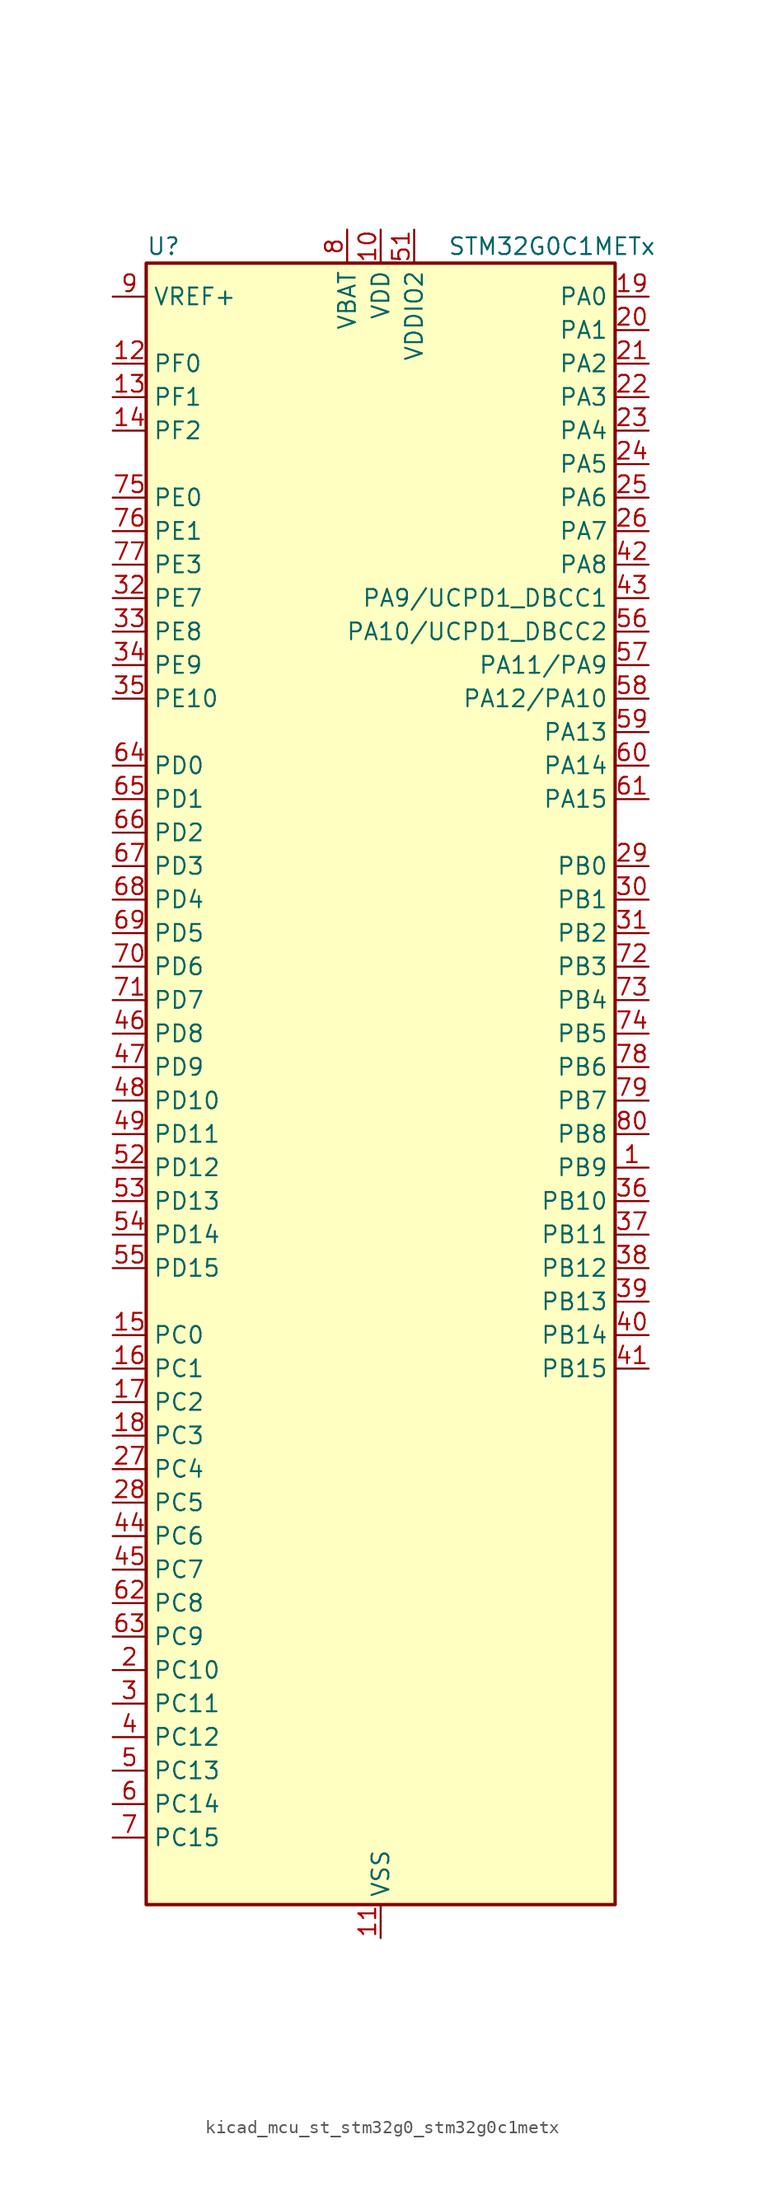
<source format=kicad_sym>
(kicad_symbol_lib
  (version 20220914)
  (generator kicad_symbol_editor)
  (symbol "kicad_mcu_st_stm32g0_stm32g0c1metx"
    (property "Reference" "U"
      (at -17.78 64.77 0)
      (effects (font (size 1.27 1.27)) (justify left)))
    (property "Value" "STM32G0C1METx"
      (at 5.08 64.77 0)
      (effects (font (size 1.27 1.27)) (justify left)))
    (property "ki_locked" ""
      (at 0 0 0)
      (effects (font (size 1.27 1.27))))
    (symbol "kicad_mcu_st_stm32g0_stm32g0c1metx_0_1"
      (rectangle (start -17.78 -60.96) (end 17.78 63.5) (stroke (width 0.254) (type default)) (fill (type background))))
    (symbol "kicad_mcu_st_stm32g0_stm32g0c1metx_1_1"
      (pin bidirectional line (at 20.32 -5.08 180) (length 2.54) (name "PB9" (effects (font (size 1.27 1.27)))) (number "1" (effects (font (size 1.27 1.27)))) (alternate "DAC1_EXTI9" bidirectional line) (alternate "FDCAN1_TX" bidirectional line) (alternate "I2C1_SDA" bidirectional line) (alternate "I2S2_WS" bidirectional line) (alternate "IR_OUT" bidirectional line) (alternate "SPI2_NSS" bidirectional line) (alternate "TIM17_CH1" bidirectional line) (alternate "TIM4_CH4" bidirectional line) (alternate "UCPD2_FRSTX1" bidirectional line) (alternate "UCPD2_FRSTX2" bidirectional line) (alternate "USART3_RX" bidirectional line) (alternate "USART6_RX" bidirectional line))
      (pin power_in line (at 0 66.04 270) (length 2.54) (name "VDD" (effects (font (size 1.27 1.27)))) (number "10" (effects (font (size 1.27 1.27)))))
      (pin power_in line (at 0 -63.5 90) (length 2.54) (name "VSS" (effects (font (size 1.27 1.27)))) (number "11" (effects (font (size 1.27 1.27)))))
      (pin bidirectional line (at -20.32 55.88 0) (length 2.54) (name "PF0" (effects (font (size 1.27 1.27)))) (number "12" (effects (font (size 1.27 1.27)))) (alternate "CRS1_SYNC" bidirectional line) (alternate "RCC_OSC_IN" bidirectional line) (alternate "TIM14_CH1" bidirectional line))
      (pin bidirectional line (at -20.32 53.34 0) (length 2.54) (name "PF1" (effects (font (size 1.27 1.27)))) (number "13" (effects (font (size 1.27 1.27)))) (alternate "RCC_OSC_EN" bidirectional line) (alternate "RCC_OSC_OUT" bidirectional line) (alternate "TIM15_CH1N" bidirectional line))
      (pin bidirectional line (at -20.32 50.8 0) (length 2.54) (name "PF2" (effects (font (size 1.27 1.27)))) (number "14" (effects (font (size 1.27 1.27)))) (alternate "LPUART2_DE" bidirectional line) (alternate "LPUART2_RTS" bidirectional line) (alternate "LPUART2_TX" bidirectional line) (alternate "RCC_MCO" bidirectional line))
      (pin bidirectional line (at -20.32 -17.78 0) (length 2.54) (name "PC0" (effects (font (size 1.27 1.27)))) (number "15" (effects (font (size 1.27 1.27)))) (alternate "COMP3_INM" bidirectional line) (alternate "COMP3_OUT" bidirectional line) (alternate "I2C3_SCL" bidirectional line) (alternate "LPTIM1_IN1" bidirectional line) (alternate "LPTIM2_IN1" bidirectional line) (alternate "LPUART1_RX" bidirectional line) (alternate "LPUART2_TX" bidirectional line) (alternate "USART6_TX" bidirectional line))
      (pin bidirectional line (at -20.32 -20.32 0) (length 2.54) (name "PC1" (effects (font (size 1.27 1.27)))) (number "16" (effects (font (size 1.27 1.27)))) (alternate "COMP3_INP" bidirectional line) (alternate "I2C3_SDA" bidirectional line) (alternate "LPTIM1_OUT" bidirectional line) (alternate "LPUART1_TX" bidirectional line) (alternate "LPUART2_RX" bidirectional line) (alternate "TIM15_CH1" bidirectional line) (alternate "USART6_RX" bidirectional line))
      (pin bidirectional line (at -20.32 -22.86 0) (length 2.54) (name "PC2" (effects (font (size 1.27 1.27)))) (number "17" (effects (font (size 1.27 1.27)))) (alternate "COMP3_OUT" bidirectional line) (alternate "FDCAN2_RX" bidirectional line) (alternate "I2S2_MCK" bidirectional line) (alternate "LPTIM1_IN2" bidirectional line) (alternate "SPI2_MISO" bidirectional line) (alternate "TIM15_CH2" bidirectional line))
      (pin bidirectional line (at -20.32 -25.4 0) (length 2.54) (name "PC3" (effects (font (size 1.27 1.27)))) (number "18" (effects (font (size 1.27 1.27)))) (alternate "FDCAN2_TX" bidirectional line) (alternate "I2S2_SD" bidirectional line) (alternate "LPTIM1_ETR" bidirectional line) (alternate "LPTIM2_ETR" bidirectional line) (alternate "SPI2_MOSI" bidirectional line))
      (pin bidirectional line (at 20.32 60.96 180) (length 2.54) (name "PA0" (effects (font (size 1.27 1.27)))) (number "19" (effects (font (size 1.27 1.27)))) (alternate "ADC1_IN0" bidirectional line) (alternate "COMP1_INM" bidirectional line) (alternate "COMP1_OUT" bidirectional line) (alternate "I2S2_CK" bidirectional line) (alternate "LPTIM1_OUT" bidirectional line) (alternate "RTC_TAMP_IN2" bidirectional line) (alternate "SPI2_SCK" bidirectional line) (alternate "SYS_WKUP1" bidirectional line) (alternate "TIM2_CH1" bidirectional line) (alternate "TIM2_ETR" bidirectional line) (alternate "UCPD2_FRSTX1" bidirectional line) (alternate "UCPD2_FRSTX2" bidirectional line) (alternate "USART2_CTS" bidirectional line) (alternate "USART2_NSS" bidirectional line) (alternate "USART4_TX" bidirectional line))
      (pin bidirectional line (at -20.32 -43.18 0) (length 2.54) (name "PC10" (effects (font (size 1.27 1.27)))) (number "2" (effects (font (size 1.27 1.27)))) (alternate "SPI3_SCK" bidirectional line) (alternate "TIM1_CH3" bidirectional line) (alternate "USART3_TX" bidirectional line) (alternate "USART4_TX" bidirectional line))
      (pin bidirectional line (at 20.32 58.42 180) (length 2.54) (name "PA1" (effects (font (size 1.27 1.27)))) (number "20" (effects (font (size 1.27 1.27)))) (alternate "ADC1_IN1" bidirectional line) (alternate "COMP1_INP" bidirectional line) (alternate "I2C1_SMBA" bidirectional line) (alternate "I2S1_CK" bidirectional line) (alternate "SPI1_SCK" bidirectional line) (alternate "TIM15_CH1N" bidirectional line) (alternate "TIM2_CH2" bidirectional line) (alternate "USART2_CK" bidirectional line) (alternate "USART2_DE" bidirectional line) (alternate "USART2_RTS" bidirectional line) (alternate "USART4_RX" bidirectional line))
      (pin bidirectional line (at 20.32 55.88 180) (length 2.54) (name "PA2" (effects (font (size 1.27 1.27)))) (number "21" (effects (font (size 1.27 1.27)))) (alternate "ADC1_IN2" bidirectional line) (alternate "COMP2_INM" bidirectional line) (alternate "COMP2_OUT" bidirectional line) (alternate "I2S1_SD" bidirectional line) (alternate "LPUART1_TX" bidirectional line) (alternate "RCC_LSCO" bidirectional line) (alternate "SPI1_MOSI" bidirectional line) (alternate "SYS_WKUP4" bidirectional line) (alternate "TIM15_CH1" bidirectional line) (alternate "TIM2_CH3" bidirectional line) (alternate "UCPD1_FRSTX1" bidirectional line) (alternate "UCPD1_FRSTX2" bidirectional line) (alternate "USART2_TX" bidirectional line))
      (pin bidirectional line (at 20.32 53.34 180) (length 2.54) (name "PA3" (effects (font (size 1.27 1.27)))) (number "22" (effects (font (size 1.27 1.27)))) (alternate "ADC1_IN3" bidirectional line) (alternate "COMP2_INP" bidirectional line) (alternate "I2S2_MCK" bidirectional line) (alternate "LPUART1_RX" bidirectional line) (alternate "SPI2_MISO" bidirectional line) (alternate "TIM15_CH2" bidirectional line) (alternate "TIM2_CH4" bidirectional line) (alternate "UCPD2_FRSTX1" bidirectional line) (alternate "UCPD2_FRSTX2" bidirectional line) (alternate "USART2_RX" bidirectional line))
      (pin bidirectional line (at 20.32 50.8 180) (length 2.54) (name "PA4" (effects (font (size 1.27 1.27)))) (number "23" (effects (font (size 1.27 1.27)))) (alternate "ADC1_IN4" bidirectional line) (alternate "DAC1_OUT1" bidirectional line) (alternate "I2S1_WS" bidirectional line) (alternate "I2S2_SD" bidirectional line) (alternate "LPTIM2_OUT" bidirectional line) (alternate "RTC_OUT2" bidirectional line) (alternate "SPI1_NSS" bidirectional line) (alternate "SPI2_MOSI" bidirectional line) (alternate "SPI3_NSS" bidirectional line) (alternate "TIM14_CH1" bidirectional line) (alternate "UCPD2_FRSTX1" bidirectional line) (alternate "UCPD2_FRSTX2" bidirectional line) (alternate "USART6_TX" bidirectional line) (alternate "USB_NOE" bidirectional line))
      (pin bidirectional line (at 20.32 48.26 180) (length 2.54) (name "PA5" (effects (font (size 1.27 1.27)))) (number "24" (effects (font (size 1.27 1.27)))) (alternate "ADC1_IN5" bidirectional line) (alternate "CEC" bidirectional line) (alternate "DAC1_OUT2" bidirectional line) (alternate "I2S1_CK" bidirectional line) (alternate "LPTIM2_ETR" bidirectional line) (alternate "SPI1_SCK" bidirectional line) (alternate "TIM2_CH1" bidirectional line) (alternate "TIM2_ETR" bidirectional line) (alternate "UCPD1_FRSTX1" bidirectional line) (alternate "UCPD1_FRSTX2" bidirectional line) (alternate "USART3_TX" bidirectional line) (alternate "USART6_RX" bidirectional line))
      (pin bidirectional line (at 20.32 45.72 180) (length 2.54) (name "PA6" (effects (font (size 1.27 1.27)))) (number "25" (effects (font (size 1.27 1.27)))) (alternate "ADC1_IN6" bidirectional line) (alternate "COMP1_OUT" bidirectional line) (alternate "I2C2_SDA" bidirectional line) (alternate "I2C3_SDA" bidirectional line) (alternate "I2S1_MCK" bidirectional line) (alternate "LPUART1_CTS" bidirectional line) (alternate "SPI1_MISO" bidirectional line) (alternate "TIM16_CH1" bidirectional line) (alternate "TIM1_BK" bidirectional line) (alternate "TIM3_CH1" bidirectional line) (alternate "USART3_CTS" bidirectional line) (alternate "USART3_NSS" bidirectional line) (alternate "USART6_CTS" bidirectional line) (alternate "USART6_NSS" bidirectional line))
      (pin bidirectional line (at 20.32 43.18 180) (length 2.54) (name "PA7" (effects (font (size 1.27 1.27)))) (number "26" (effects (font (size 1.27 1.27)))) (alternate "ADC1_IN7" bidirectional line) (alternate "COMP2_OUT" bidirectional line) (alternate "I2C2_SCL" bidirectional line) (alternate "I2C3_SCL" bidirectional line) (alternate "I2S1_SD" bidirectional line) (alternate "SPI1_MOSI" bidirectional line) (alternate "TIM14_CH1" bidirectional line) (alternate "TIM17_CH1" bidirectional line) (alternate "TIM1_CH1N" bidirectional line) (alternate "TIM3_CH2" bidirectional line) (alternate "UCPD1_FRSTX1" bidirectional line) (alternate "UCPD1_FRSTX2" bidirectional line) (alternate "USART6_CK" bidirectional line) (alternate "USART6_DE" bidirectional line) (alternate "USART6_RTS" bidirectional line))
      (pin bidirectional line (at -20.32 -27.94 0) (length 2.54) (name "PC4" (effects (font (size 1.27 1.27)))) (number "27" (effects (font (size 1.27 1.27)))) (alternate "ADC1_IN17" bidirectional line) (alternate "COMP1_INM" bidirectional line) (alternate "FDCAN1_RX" bidirectional line) (alternate "TIM2_CH1" bidirectional line) (alternate "TIM2_ETR" bidirectional line) (alternate "USART1_TX" bidirectional line) (alternate "USART3_TX" bidirectional line))
      (pin bidirectional line (at -20.32 -30.48 0) (length 2.54) (name "PC5" (effects (font (size 1.27 1.27)))) (number "28" (effects (font (size 1.27 1.27)))) (alternate "ADC1_IN18" bidirectional line) (alternate "COMP1_INP" bidirectional line) (alternate "FDCAN1_TX" bidirectional line) (alternate "SYS_WKUP5" bidirectional line) (alternate "TIM2_CH2" bidirectional line) (alternate "USART1_RX" bidirectional line) (alternate "USART3_RX" bidirectional line))
      (pin bidirectional line (at 20.32 17.78 180) (length 2.54) (name "PB0" (effects (font (size 1.27 1.27)))) (number "29" (effects (font (size 1.27 1.27)))) (alternate "ADC1_IN8" bidirectional line) (alternate "COMP1_OUT" bidirectional line) (alternate "COMP3_INP" bidirectional line) (alternate "FDCAN2_RX" bidirectional line) (alternate "I2S1_WS" bidirectional line) (alternate "LPTIM1_OUT" bidirectional line) (alternate "LPUART2_CTS" bidirectional line) (alternate "SPI1_NSS" bidirectional line) (alternate "TIM1_CH2N" bidirectional line) (alternate "TIM3_CH3" bidirectional line) (alternate "UCPD1_FRSTX1" bidirectional line) (alternate "UCPD1_FRSTX2" bidirectional line) (alternate "USART3_RX" bidirectional line) (alternate "USART5_TX" bidirectional line))
      (pin bidirectional line (at -20.32 -45.72 0) (length 2.54) (name "PC11" (effects (font (size 1.27 1.27)))) (number "3" (effects (font (size 1.27 1.27)))) (alternate "ADC1_EXTI11" bidirectional line) (alternate "SPI3_MISO" bidirectional line) (alternate "TIM1_CH4" bidirectional line) (alternate "USART3_RX" bidirectional line) (alternate "USART4_RX" bidirectional line))
      (pin bidirectional line (at 20.32 15.24 180) (length 2.54) (name "PB1" (effects (font (size 1.27 1.27)))) (number "30" (effects (font (size 1.27 1.27)))) (alternate "ADC1_IN9" bidirectional line) (alternate "COMP1_INM" bidirectional line) (alternate "COMP3_OUT" bidirectional line) (alternate "FDCAN2_TX" bidirectional line) (alternate "LPTIM2_IN1" bidirectional line) (alternate "LPUART1_DE" bidirectional line) (alternate "LPUART1_RTS" bidirectional line) (alternate "LPUART2_DE" bidirectional line) (alternate "LPUART2_RTS" bidirectional line) (alternate "TIM14_CH1" bidirectional line) (alternate "TIM1_CH3N" bidirectional line) (alternate "TIM3_CH4" bidirectional line) (alternate "USART3_CK" bidirectional line) (alternate "USART3_DE" bidirectional line) (alternate "USART3_RTS" bidirectional line) (alternate "USART5_RX" bidirectional line))
      (pin bidirectional line (at 20.32 12.7 180) (length 2.54) (name "PB2" (effects (font (size 1.27 1.27)))) (number "31" (effects (font (size 1.27 1.27)))) (alternate "ADC1_IN10" bidirectional line) (alternate "COMP1_INP" bidirectional line) (alternate "COMP3_INM" bidirectional line) (alternate "I2S2_MCK" bidirectional line) (alternate "LPTIM1_OUT" bidirectional line) (alternate "RCC_MCO_2" bidirectional line) (alternate "SPI2_MISO" bidirectional line) (alternate "USART3_TX" bidirectional line))
      (pin bidirectional line (at -20.32 38.1 0) (length 2.54) (name "PE7" (effects (font (size 1.27 1.27)))) (number "32" (effects (font (size 1.27 1.27)))) (alternate "COMP3_INP" bidirectional line) (alternate "TIM1_ETR" bidirectional line) (alternate "USART5_CK" bidirectional line) (alternate "USART5_DE" bidirectional line) (alternate "USART5_RTS" bidirectional line))
      (pin bidirectional line (at -20.32 35.56 0) (length 2.54) (name "PE8" (effects (font (size 1.27 1.27)))) (number "33" (effects (font (size 1.27 1.27)))) (alternate "COMP3_INM" bidirectional line) (alternate "TIM1_CH1N" bidirectional line) (alternate "USART4_TX" bidirectional line))
      (pin bidirectional line (at -20.32 33.02 0) (length 2.54) (name "PE9" (effects (font (size 1.27 1.27)))) (number "34" (effects (font (size 1.27 1.27)))) (alternate "DAC1_EXTI9" bidirectional line) (alternate "TIM1_CH1" bidirectional line) (alternate "USART4_RX" bidirectional line))
      (pin bidirectional line (at -20.32 30.48 0) (length 2.54) (name "PE10" (effects (font (size 1.27 1.27)))) (number "35" (effects (font (size 1.27 1.27)))) (alternate "TIM1_CH2N" bidirectional line) (alternate "USART5_TX" bidirectional line))
      (pin bidirectional line (at 20.32 -7.62 180) (length 2.54) (name "PB10" (effects (font (size 1.27 1.27)))) (number "36" (effects (font (size 1.27 1.27)))) (alternate "ADC1_IN11" bidirectional line) (alternate "CEC" bidirectional line) (alternate "COMP1_OUT" bidirectional line) (alternate "I2C2_SCL" bidirectional line) (alternate "I2S2_CK" bidirectional line) (alternate "LPUART1_RX" bidirectional line) (alternate "SPI2_SCK" bidirectional line) (alternate "TIM2_CH3" bidirectional line) (alternate "USART3_TX" bidirectional line))
      (pin bidirectional line (at 20.32 -10.16 180) (length 2.54) (name "PB11" (effects (font (size 1.27 1.27)))) (number "37" (effects (font (size 1.27 1.27)))) (alternate "ADC1_EXTI11" bidirectional line) (alternate "ADC1_IN15" bidirectional line) (alternate "COMP2_OUT" bidirectional line) (alternate "I2C2_SDA" bidirectional line) (alternate "I2S2_SD" bidirectional line) (alternate "LPUART1_TX" bidirectional line) (alternate "SPI2_MOSI" bidirectional line) (alternate "TIM2_CH4" bidirectional line) (alternate "USART3_RX" bidirectional line))
      (pin bidirectional line (at 20.32 -12.7 180) (length 2.54) (name "PB12" (effects (font (size 1.27 1.27)))) (number "38" (effects (font (size 1.27 1.27)))) (alternate "ADC1_IN16" bidirectional line) (alternate "FDCAN2_RX" bidirectional line) (alternate "I2C2_SMBA" bidirectional line) (alternate "I2S2_WS" bidirectional line) (alternate "LPUART1_DE" bidirectional line) (alternate "LPUART1_RTS" bidirectional line) (alternate "SPI2_NSS" bidirectional line) (alternate "TIM15_BK" bidirectional line) (alternate "TIM1_BK" bidirectional line) (alternate "UCPD2_FRSTX1" bidirectional line) (alternate "UCPD2_FRSTX2" bidirectional line))
      (pin bidirectional line (at 20.32 -15.24 180) (length 2.54) (name "PB13" (effects (font (size 1.27 1.27)))) (number "39" (effects (font (size 1.27 1.27)))) (alternate "FDCAN2_TX" bidirectional line) (alternate "I2C2_SCL" bidirectional line) (alternate "I2S2_CK" bidirectional line) (alternate "LPUART1_CTS" bidirectional line) (alternate "SPI2_SCK" bidirectional line) (alternate "TIM15_CH1N" bidirectional line) (alternate "TIM1_CH1N" bidirectional line) (alternate "USART3_CTS" bidirectional line) (alternate "USART3_NSS" bidirectional line))
      (pin bidirectional line (at -20.32 -48.26 0) (length 2.54) (name "PC12" (effects (font (size 1.27 1.27)))) (number "4" (effects (font (size 1.27 1.27)))) (alternate "LPTIM1_IN1" bidirectional line) (alternate "SPI3_MOSI" bidirectional line) (alternate "TIM14_CH1" bidirectional line) (alternate "UCPD1_FRSTX1" bidirectional line) (alternate "UCPD1_FRSTX2" bidirectional line) (alternate "USART5_TX" bidirectional line))
      (pin bidirectional line (at 20.32 -17.78 180) (length 2.54) (name "PB14" (effects (font (size 1.27 1.27)))) (number "40" (effects (font (size 1.27 1.27)))) (alternate "I2C2_SDA" bidirectional line) (alternate "I2S2_MCK" bidirectional line) (alternate "SPI2_MISO" bidirectional line) (alternate "TIM15_CH1" bidirectional line) (alternate "TIM1_CH2N" bidirectional line) (alternate "UCPD1_FRSTX1" bidirectional line) (alternate "UCPD1_FRSTX2" bidirectional line) (alternate "USART3_CK" bidirectional line) (alternate "USART3_DE" bidirectional line) (alternate "USART3_RTS" bidirectional line) (alternate "USART6_CK" bidirectional line) (alternate "USART6_DE" bidirectional line) (alternate "USART6_RTS" bidirectional line))
      (pin bidirectional line (at 20.32 -20.32 180) (length 2.54) (name "PB15" (effects (font (size 1.27 1.27)))) (number "41" (effects (font (size 1.27 1.27)))) (alternate "I2S2_SD" bidirectional line) (alternate "RTC_REFIN" bidirectional line) (alternate "SPI2_MOSI" bidirectional line) (alternate "TIM15_CH1N" bidirectional line) (alternate "TIM15_CH2" bidirectional line) (alternate "TIM1_CH3N" bidirectional line) (alternate "UCPD1_CC2" bidirectional line) (alternate "USART6_CTS" bidirectional line) (alternate "USART6_NSS" bidirectional line))
      (pin bidirectional line (at 20.32 40.64 180) (length 2.54) (name "PA8" (effects (font (size 1.27 1.27)))) (number "42" (effects (font (size 1.27 1.27)))) (alternate "CRS1_SYNC" bidirectional line) (alternate "I2C2_SMBA" bidirectional line) (alternate "I2S2_WS" bidirectional line) (alternate "LPTIM2_OUT" bidirectional line) (alternate "RCC_MCO" bidirectional line) (alternate "SPI2_NSS" bidirectional line) (alternate "TIM1_CH1" bidirectional line) (alternate "UCPD1_CC1" bidirectional line))
      (pin bidirectional line (at 20.32 38.1 180) (length 2.54) (name "PA9/UCPD1_DBCC1" (effects (font (size 1.27 1.27)))) (number "43" (effects (font (size 1.27 1.27)))) (alternate "DAC1_EXTI9" bidirectional line) (alternate "I2C1_SCL" bidirectional line) (alternate "I2C2_SCL" bidirectional line) (alternate "I2S2_MCK" bidirectional line) (alternate "RCC_MCO" bidirectional line) (alternate "SPI2_MISO" bidirectional line) (alternate "TIM15_BK" bidirectional line) (alternate "TIM1_CH2" bidirectional line) (alternate "UCPD1_DBCC1" bidirectional line) (alternate "USART1_TX" bidirectional line))
      (pin bidirectional line (at -20.32 -33.02 0) (length 2.54) (name "PC6" (effects (font (size 1.27 1.27)))) (number "44" (effects (font (size 1.27 1.27)))) (alternate "LPUART2_TX" bidirectional line) (alternate "TIM2_CH3" bidirectional line) (alternate "TIM3_CH1" bidirectional line) (alternate "UCPD1_FRSTX1" bidirectional line) (alternate "UCPD1_FRSTX2" bidirectional line))
      (pin bidirectional line (at -20.32 -35.56 0) (length 2.54) (name "PC7" (effects (font (size 1.27 1.27)))) (number "45" (effects (font (size 1.27 1.27)))) (alternate "LPUART2_RX" bidirectional line) (alternate "TIM2_CH4" bidirectional line) (alternate "TIM3_CH2" bidirectional line) (alternate "UCPD2_FRSTX1" bidirectional line) (alternate "UCPD2_FRSTX2" bidirectional line))
      (pin bidirectional line (at -20.32 5.08 0) (length 2.54) (name "PD8" (effects (font (size 1.27 1.27)))) (number "46" (effects (font (size 1.27 1.27)))) (alternate "I2S1_CK" bidirectional line) (alternate "LPTIM1_OUT" bidirectional line) (alternate "SPI1_SCK" bidirectional line) (alternate "USART3_TX" bidirectional line))
      (pin bidirectional line (at -20.32 2.54 0) (length 2.54) (name "PD9" (effects (font (size 1.27 1.27)))) (number "47" (effects (font (size 1.27 1.27)))) (alternate "DAC1_EXTI9" bidirectional line) (alternate "I2S1_WS" bidirectional line) (alternate "SPI1_NSS" bidirectional line) (alternate "TIM1_BK2" bidirectional line) (alternate "USART3_RX" bidirectional line))
      (pin bidirectional line (at -20.32 0 0) (length 2.54) (name "PD10" (effects (font (size 1.27 1.27)))) (number "48" (effects (font (size 1.27 1.27)))) (alternate "RCC_MCO" bidirectional line))
      (pin bidirectional line (at -20.32 -2.54 0) (length 2.54) (name "PD11" (effects (font (size 1.27 1.27)))) (number "49" (effects (font (size 1.27 1.27)))) (alternate "ADC1_EXTI11" bidirectional line) (alternate "LPTIM2_ETR" bidirectional line) (alternate "USART3_CTS" bidirectional line) (alternate "USART3_NSS" bidirectional line))
      (pin bidirectional line (at -20.32 -50.8 0) (length 2.54) (name "PC13" (effects (font (size 1.27 1.27)))) (number "5" (effects (font (size 1.27 1.27)))) (alternate "RTC_OUT1" bidirectional line) (alternate "RTC_TAMP_IN1" bidirectional line) (alternate "RTC_TS" bidirectional line) (alternate "SYS_WKUP2" bidirectional line) (alternate "TIM1_BK" bidirectional line))
      (pin passive line (at 0 -63.5 90) (length 2.54) hide (name "VSS" (effects (font (size 1.27 1.27)))) (number "50" (effects (font (size 1.27 1.27)))))
      (pin power_in line (at 2.54 66.04 270) (length 2.54) (name "VDDIO2" (effects (font (size 1.27 1.27)))) (number "51" (effects (font (size 1.27 1.27)))))
      (pin bidirectional line (at -20.32 -5.08 0) (length 2.54) (name "PD12" (effects (font (size 1.27 1.27)))) (number "52" (effects (font (size 1.27 1.27)))) (alternate "FDCAN1_RX" bidirectional line) (alternate "LPTIM2_IN1" bidirectional line) (alternate "TIM4_CH1" bidirectional line) (alternate "USART3_CK" bidirectional line) (alternate "USART3_DE" bidirectional line) (alternate "USART3_RTS" bidirectional line))
      (pin bidirectional line (at -20.32 -7.62 0) (length 2.54) (name "PD13" (effects (font (size 1.27 1.27)))) (number "53" (effects (font (size 1.27 1.27)))) (alternate "FDCAN1_TX" bidirectional line) (alternate "LPTIM2_OUT" bidirectional line) (alternate "TIM4_CH2" bidirectional line))
      (pin bidirectional line (at -20.32 -10.16 0) (length 2.54) (name "PD14" (effects (font (size 1.27 1.27)))) (number "54" (effects (font (size 1.27 1.27)))) (alternate "FDCAN2_RX" bidirectional line) (alternate "LPUART2_CTS" bidirectional line) (alternate "TIM4_CH3" bidirectional line))
      (pin bidirectional line (at -20.32 -12.7 0) (length 2.54) (name "PD15" (effects (font (size 1.27 1.27)))) (number "55" (effects (font (size 1.27 1.27)))) (alternate "CRS1_SYNC" bidirectional line) (alternate "FDCAN2_TX" bidirectional line) (alternate "LPUART2_DE" bidirectional line) (alternate "LPUART2_RTS" bidirectional line) (alternate "TIM4_CH4" bidirectional line))
      (pin bidirectional line (at 20.32 35.56 180) (length 2.54) (name "PA10/UCPD1_DBCC2" (effects (font (size 1.27 1.27)))) (number "56" (effects (font (size 1.27 1.27)))) (alternate "I2C1_SDA" bidirectional line) (alternate "I2C2_SDA" bidirectional line) (alternate "I2S2_SD" bidirectional line) (alternate "RCC_MCO_2" bidirectional line) (alternate "SPI2_MOSI" bidirectional line) (alternate "TIM17_BK" bidirectional line) (alternate "TIM1_CH3" bidirectional line) (alternate "UCPD1_DBCC2" bidirectional line) (alternate "USART1_RX" bidirectional line))
      (pin bidirectional line (at 20.32 33.02 180) (length 2.54) (name "PA11/PA9" (effects (font (size 1.27 1.27)))) (number "57" (effects (font (size 1.27 1.27)))) (alternate "ADC1_EXTI11" bidirectional line) (alternate "COMP1_OUT" bidirectional line) (alternate "FDCAN1_RX" bidirectional line) (alternate "I2C2_SCL" bidirectional line) (alternate "I2S1_MCK" bidirectional line) (alternate "SPI1_MISO" bidirectional line) (alternate "TIM1_BK2" bidirectional line) (alternate "TIM1_CH4" bidirectional line) (alternate "USART1_CTS" bidirectional line) (alternate "USART1_NSS" bidirectional line) (alternate "USB_DM" bidirectional line))
      (pin bidirectional line (at 20.32 30.48 180) (length 2.54) (name "PA12/PA10" (effects (font (size 1.27 1.27)))) (number "58" (effects (font (size 1.27 1.27)))) (alternate "COMP2_OUT" bidirectional line) (alternate "FDCAN1_TX" bidirectional line) (alternate "I2C2_SDA" bidirectional line) (alternate "I2S1_SD" bidirectional line) (alternate "I2S_CKIN" bidirectional line) (alternate "SPI1_MOSI" bidirectional line) (alternate "TIM1_ETR" bidirectional line) (alternate "USART1_CK" bidirectional line) (alternate "USART1_DE" bidirectional line) (alternate "USART1_RTS" bidirectional line) (alternate "USB_DP" bidirectional line))
      (pin bidirectional line (at 20.32 27.94 180) (length 2.54) (name "PA13" (effects (font (size 1.27 1.27)))) (number "59" (effects (font (size 1.27 1.27)))) (alternate "IR_OUT" bidirectional line) (alternate "LPUART2_RX" bidirectional line) (alternate "SYS_SWDIO" bidirectional line) (alternate "USB_NOE" bidirectional line))
      (pin bidirectional line (at -20.32 -53.34 0) (length 2.54) (name "PC14" (effects (font (size 1.27 1.27)))) (number "6" (effects (font (size 1.27 1.27)))) (alternate "RCC_OSC32_IN" bidirectional line) (alternate "TIM1_BK2" bidirectional line))
      (pin bidirectional line (at 20.32 25.4 180) (length 2.54) (name "PA14" (effects (font (size 1.27 1.27)))) (number "60" (effects (font (size 1.27 1.27)))) (alternate "LPUART2_TX" bidirectional line) (alternate "SYS_SWCLK" bidirectional line) (alternate "USART2_TX" bidirectional line))
      (pin bidirectional line (at 20.32 22.86 180) (length 2.54) (name "PA15" (effects (font (size 1.27 1.27)))) (number "61" (effects (font (size 1.27 1.27)))) (alternate "I2C2_SMBA" bidirectional line) (alternate "I2S1_WS" bidirectional line) (alternate "RCC_MCO_2" bidirectional line) (alternate "SPI1_NSS" bidirectional line) (alternate "SPI3_NSS" bidirectional line) (alternate "TIM2_CH1" bidirectional line) (alternate "TIM2_ETR" bidirectional line) (alternate "USART2_RX" bidirectional line) (alternate "USART3_CK" bidirectional line) (alternate "USART3_DE" bidirectional line) (alternate "USART3_RTS" bidirectional line) (alternate "USART4_CK" bidirectional line) (alternate "USART4_DE" bidirectional line) (alternate "USART4_RTS" bidirectional line) (alternate "USB_NOE" bidirectional line))
      (pin bidirectional line (at -20.32 -38.1 0) (length 2.54) (name "PC8" (effects (font (size 1.27 1.27)))) (number "62" (effects (font (size 1.27 1.27)))) (alternate "LPUART2_CTS" bidirectional line) (alternate "TIM1_CH1" bidirectional line) (alternate "TIM3_CH3" bidirectional line) (alternate "UCPD2_FRSTX1" bidirectional line) (alternate "UCPD2_FRSTX2" bidirectional line))
      (pin bidirectional line (at -20.32 -40.64 0) (length 2.54) (name "PC9" (effects (font (size 1.27 1.27)))) (number "63" (effects (font (size 1.27 1.27)))) (alternate "DAC1_EXTI9" bidirectional line) (alternate "I2S_CKIN" bidirectional line) (alternate "LPUART2_DE" bidirectional line) (alternate "LPUART2_RTS" bidirectional line) (alternate "TIM1_CH2" bidirectional line) (alternate "TIM3_CH4" bidirectional line) (alternate "USB_NOE" bidirectional line))
      (pin bidirectional line (at -20.32 25.4 0) (length 2.54) (name "PD0" (effects (font (size 1.27 1.27)))) (number "64" (effects (font (size 1.27 1.27)))) (alternate "FDCAN1_RX" bidirectional line) (alternate "I2S2_WS" bidirectional line) (alternate "SPI2_NSS" bidirectional line) (alternate "TIM16_CH1" bidirectional line) (alternate "UCPD2_CC1" bidirectional line))
      (pin bidirectional line (at -20.32 22.86 0) (length 2.54) (name "PD1" (effects (font (size 1.27 1.27)))) (number "65" (effects (font (size 1.27 1.27)))) (alternate "FDCAN1_TX" bidirectional line) (alternate "I2S2_CK" bidirectional line) (alternate "SPI2_SCK" bidirectional line) (alternate "TIM17_CH1" bidirectional line) (alternate "UCPD2_DBCC1" bidirectional line))
      (pin bidirectional line (at -20.32 20.32 0) (length 2.54) (name "PD2" (effects (font (size 1.27 1.27)))) (number "66" (effects (font (size 1.27 1.27)))) (alternate "TIM1_CH1N" bidirectional line) (alternate "TIM3_ETR" bidirectional line) (alternate "UCPD2_CC2" bidirectional line) (alternate "USART3_CK" bidirectional line) (alternate "USART3_DE" bidirectional line) (alternate "USART3_RTS" bidirectional line) (alternate "USART5_RX" bidirectional line))
      (pin bidirectional line (at -20.32 17.78 0) (length 2.54) (name "PD3" (effects (font (size 1.27 1.27)))) (number "67" (effects (font (size 1.27 1.27)))) (alternate "I2S2_MCK" bidirectional line) (alternate "SPI2_MISO" bidirectional line) (alternate "TIM1_CH2N" bidirectional line) (alternate "UCPD2_DBCC2" bidirectional line) (alternate "USART2_CTS" bidirectional line) (alternate "USART2_NSS" bidirectional line) (alternate "USART5_TX" bidirectional line))
      (pin bidirectional line (at -20.32 15.24 0) (length 2.54) (name "PD4" (effects (font (size 1.27 1.27)))) (number "68" (effects (font (size 1.27 1.27)))) (alternate "I2S2_SD" bidirectional line) (alternate "SPI2_MOSI" bidirectional line) (alternate "TIM1_CH3N" bidirectional line) (alternate "USART2_CK" bidirectional line) (alternate "USART2_DE" bidirectional line) (alternate "USART2_RTS" bidirectional line) (alternate "USART5_CK" bidirectional line) (alternate "USART5_DE" bidirectional line) (alternate "USART5_RTS" bidirectional line))
      (pin bidirectional line (at -20.32 12.7 0) (length 2.54) (name "PD5" (effects (font (size 1.27 1.27)))) (number "69" (effects (font (size 1.27 1.27)))) (alternate "I2S1_MCK" bidirectional line) (alternate "SPI1_MISO" bidirectional line) (alternate "TIM1_BK" bidirectional line) (alternate "USART2_TX" bidirectional line) (alternate "USART5_CTS" bidirectional line) (alternate "USART5_NSS" bidirectional line))
      (pin bidirectional line (at -20.32 -55.88 0) (length 2.54) (name "PC15" (effects (font (size 1.27 1.27)))) (number "7" (effects (font (size 1.27 1.27)))) (alternate "RCC_OSC32_EN" bidirectional line) (alternate "RCC_OSC32_OUT" bidirectional line) (alternate "RCC_OSC_EN" bidirectional line) (alternate "TIM15_BK" bidirectional line))
      (pin bidirectional line (at -20.32 10.16 0) (length 2.54) (name "PD6" (effects (font (size 1.27 1.27)))) (number "70" (effects (font (size 1.27 1.27)))) (alternate "I2S1_SD" bidirectional line) (alternate "LPTIM2_OUT" bidirectional line) (alternate "SPI1_MOSI" bidirectional line) (alternate "USART2_RX" bidirectional line))
      (pin bidirectional line (at -20.32 7.62 0) (length 2.54) (name "PD7" (effects (font (size 1.27 1.27)))) (number "71" (effects (font (size 1.27 1.27)))) (alternate "RCC_MCO_2" bidirectional line))
      (pin bidirectional line (at 20.32 10.16 180) (length 2.54) (name "PB3" (effects (font (size 1.27 1.27)))) (number "72" (effects (font (size 1.27 1.27)))) (alternate "COMP2_INM" bidirectional line) (alternate "I2C2_SCL" bidirectional line) (alternate "I2C3_SCL" bidirectional line) (alternate "I2S1_CK" bidirectional line) (alternate "SPI1_SCK" bidirectional line) (alternate "SPI3_SCK" bidirectional line) (alternate "TIM1_CH2" bidirectional line) (alternate "TIM2_CH2" bidirectional line) (alternate "USART1_CK" bidirectional line) (alternate "USART1_DE" bidirectional line) (alternate "USART1_RTS" bidirectional line) (alternate "USART5_TX" bidirectional line))
      (pin bidirectional line (at 20.32 7.62 180) (length 2.54) (name "PB4" (effects (font (size 1.27 1.27)))) (number "73" (effects (font (size 1.27 1.27)))) (alternate "COMP2_INP" bidirectional line) (alternate "I2C2_SDA" bidirectional line) (alternate "I2C3_SDA" bidirectional line) (alternate "I2S1_MCK" bidirectional line) (alternate "SPI1_MISO" bidirectional line) (alternate "SPI3_MISO" bidirectional line) (alternate "TIM17_BK" bidirectional line) (alternate "TIM3_CH1" bidirectional line) (alternate "USART1_CTS" bidirectional line) (alternate "USART1_NSS" bidirectional line) (alternate "USART5_RX" bidirectional line))
      (pin bidirectional line (at 20.32 5.08 180) (length 2.54) (name "PB5" (effects (font (size 1.27 1.27)))) (number "74" (effects (font (size 1.27 1.27)))) (alternate "COMP2_OUT" bidirectional line) (alternate "FDCAN2_RX" bidirectional line) (alternate "I2C1_SMBA" bidirectional line) (alternate "I2S1_SD" bidirectional line) (alternate "LPTIM1_IN1" bidirectional line) (alternate "SPI1_MOSI" bidirectional line) (alternate "SPI3_MOSI" bidirectional line) (alternate "SYS_WKUP6" bidirectional line) (alternate "TIM16_BK" bidirectional line) (alternate "TIM3_CH2" bidirectional line) (alternate "USART5_CK" bidirectional line) (alternate "USART5_DE" bidirectional line) (alternate "USART5_RTS" bidirectional line))
      (pin bidirectional line (at -20.32 45.72 0) (length 2.54) (name "PE0" (effects (font (size 1.27 1.27)))) (number "75" (effects (font (size 1.27 1.27)))) (alternate "TIM16_CH1" bidirectional line) (alternate "TIM4_ETR" bidirectional line))
      (pin bidirectional line (at -20.32 43.18 0) (length 2.54) (name "PE1" (effects (font (size 1.27 1.27)))) (number "76" (effects (font (size 1.27 1.27)))) (alternate "TIM17_CH1" bidirectional line))
      (pin bidirectional line (at -20.32 40.64 0) (length 2.54) (name "PE3" (effects (font (size 1.27 1.27)))) (number "77" (effects (font (size 1.27 1.27)))) (alternate "TIM3_CH1" bidirectional line))
      (pin bidirectional line (at 20.32 2.54 180) (length 2.54) (name "PB6" (effects (font (size 1.27 1.27)))) (number "78" (effects (font (size 1.27 1.27)))) (alternate "COMP2_INP" bidirectional line) (alternate "FDCAN2_TX" bidirectional line) (alternate "I2C1_SCL" bidirectional line) (alternate "I2S2_MCK" bidirectional line) (alternate "LPTIM1_ETR" bidirectional line) (alternate "LPUART2_TX" bidirectional line) (alternate "SPI2_MISO" bidirectional line) (alternate "TIM16_CH1N" bidirectional line) (alternate "TIM1_CH3" bidirectional line) (alternate "TIM4_CH1" bidirectional line) (alternate "USART1_TX" bidirectional line) (alternate "USART5_CTS" bidirectional line) (alternate "USART5_NSS" bidirectional line))
      (pin bidirectional line (at 20.32 0 180) (length 2.54) (name "PB7" (effects (font (size 1.27 1.27)))) (number "79" (effects (font (size 1.27 1.27)))) (alternate "COMP2_INM" bidirectional line) (alternate "I2C1_SDA" bidirectional line) (alternate "I2S2_SD" bidirectional line) (alternate "LPTIM1_IN2" bidirectional line) (alternate "LPUART2_RX" bidirectional line) (alternate "SPI2_MOSI" bidirectional line) (alternate "SYS_PVD_IN" bidirectional line) (alternate "TIM17_CH1N" bidirectional line) (alternate "TIM4_CH2" bidirectional line) (alternate "USART1_RX" bidirectional line) (alternate "USART4_CTS" bidirectional line) (alternate "USART4_NSS" bidirectional line))
      (pin power_in line (at -2.54 66.04 270) (length 2.54) (name "VBAT" (effects (font (size 1.27 1.27)))) (number "8" (effects (font (size 1.27 1.27)))))
      (pin bidirectional line (at 20.32 -2.54 180) (length 2.54) (name "PB8" (effects (font (size 1.27 1.27)))) (number "80" (effects (font (size 1.27 1.27)))) (alternate "CEC" bidirectional line) (alternate "FDCAN1_RX" bidirectional line) (alternate "I2C1_SCL" bidirectional line) (alternate "I2S2_CK" bidirectional line) (alternate "SPI2_SCK" bidirectional line) (alternate "TIM15_BK" bidirectional line) (alternate "TIM16_CH1" bidirectional line) (alternate "TIM4_CH3" bidirectional line) (alternate "USART3_TX" bidirectional line) (alternate "USART6_TX" bidirectional line))
      (pin input line (at -20.32 60.96 0) (length 2.54) (name "VREF+" (effects (font (size 1.27 1.27)))) (number "9" (effects (font (size 1.27 1.27)))) (alternate "VREFBUF_OUT" bidirectional line)))))
</source>
